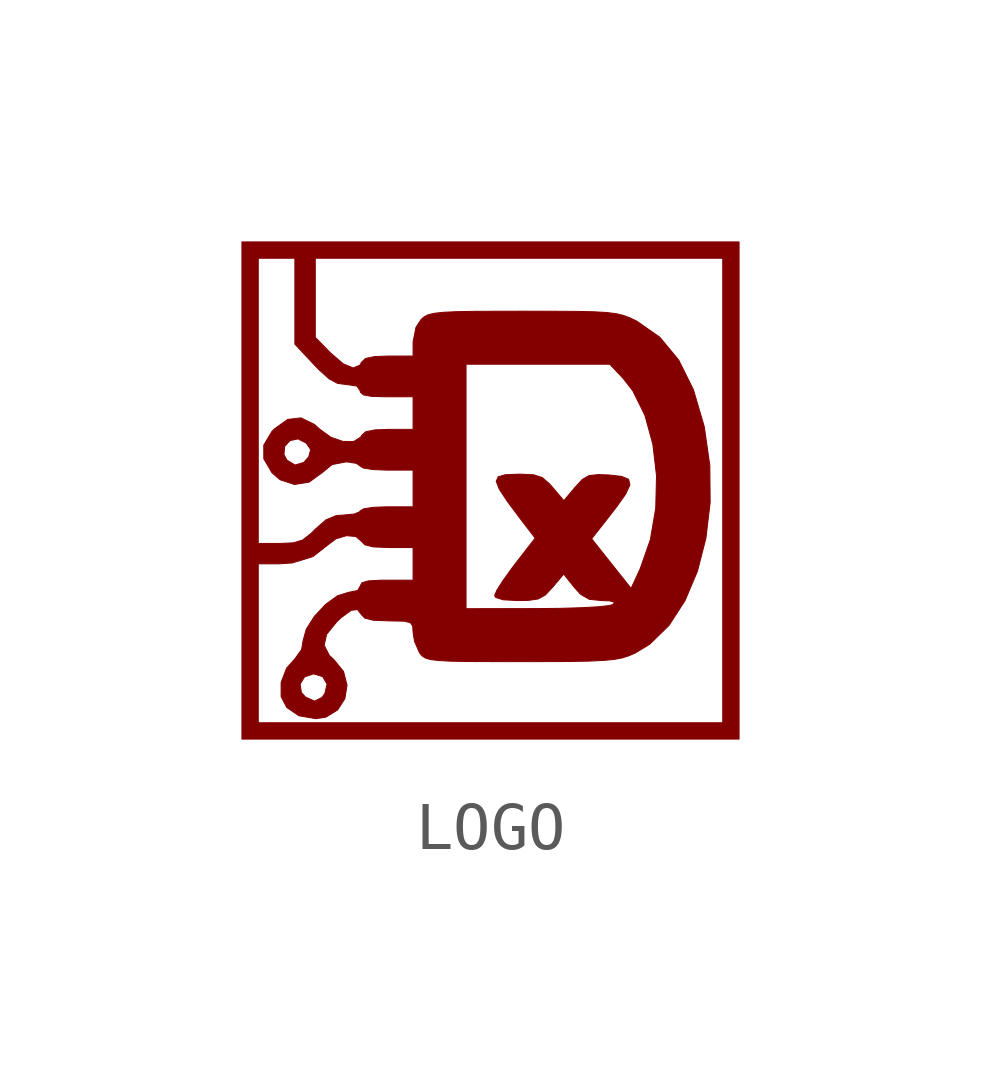
<source format=kicad_sym>
(kicad_symbol_lib
  (version 20210619)
  (generator bitmap2component)
  (symbol "LOGO"
    (pin_names
      (offset 1.016))
    (property "Reference" "#G"
      (at 0 4.632 0)
      (effects (font (size 1.27 1.27)) hide))
    (symbol "LOGO_0_0"
      (polyline (pts (xy 5.182 5.182) (xy -5.182 5.182) (xy -5.182 4.842) (xy -4.842 4.842) (xy -4.078 4.842) (xy -4.078 3.051) (xy -3.684 2.63) (xy -3.575 2.517) (xy -3.364 2.327) (xy -3.189 2.233) (xy -3.004 2.209) (xy -2.997 2.209) (xy -2.786 2.177) (xy -2.718 2.081) (xy -2.714 2.052) (xy -2.648 1.993) (xy -2.476 1.962) (xy -2.166 1.954) (xy -1.614 1.954) (xy -1.614 1.274) (xy -2.126 1.274) (xy -2.407 1.264) (xy -2.604 1.224) (xy -2.688 1.147) (xy -2.706 1.112) (xy -2.853 1.021) (xy -3.076 1.023) (xy -3.326 1.109) (xy -3.555 1.274) (xy -3.671 1.377) (xy -3.951 1.514) (xy -4.228 1.482) (xy -4.509 1.281) (xy -4.559 1.228) (xy -4.727 0.945) (xy -4.726 0.75) (xy -4.306 0.75) (xy -4.291 0.919) (xy -4.178 1.041) (xy -4.013 1.076) (xy -3.839 0.987) (xy -3.748 0.85) (xy -3.791 0.699) (xy -3.893 0.585) (xy -4.074 0.531) (xy -4.244 0.632) (xy -4.306 0.75) (xy -4.726 0.75) (xy -4.726 0.661) (xy -4.556 0.37) (xy -4.384 0.223) (xy -4.087 0.126) (xy -3.782 0.174) (xy -3.518 0.365) (xy -3.302 0.541) (xy -3.02 0.595) (xy -2.977 0.594) (xy -2.793 0.566) (xy -2.718 0.51) (xy -2.652 0.469) (xy -2.455 0.437) (xy -2.166 0.425) (xy -1.614 0.425) (xy -1.614 -0.34) (xy -2.166 -0.34) (xy -2.434 -0.35) (xy -2.64 -0.38) (xy -2.718 -0.425) (xy -2.724 -0.441) (xy -2.835 -0.49) (xy -3.042 -0.51) (xy -3.219 -0.524) (xy -3.429 -0.611) (xy -3.653 -0.807) (xy -3.737 -0.892) (xy -3.915 -1.031) (xy -4.107 -1.091) (xy -4.391 -1.104) (xy -4.842 -1.104) (xy -4.842 4.842) (xy -5.182 4.842) (xy -5.182 -1.529) (xy -4.842 -1.529) (xy -4.413 -1.529) (xy -4.131 -1.51) (xy -3.703 -1.378) (xy -3.363 -1.113) (xy -3.22 -1.006) (xy -3.004 -0.942) (xy -2.806 -0.959) (xy -2.688 -1.062) (xy -2.622 -1.131) (xy -2.443 -1.176) (xy -2.126 -1.189) (xy -1.614 -1.189) (xy -1.614 -1.869) (xy -2.166 -1.869) (xy -2.292 -1.87) (xy -2.55 -1.885) (xy -2.682 -1.925) (xy -2.718 -1.996) (xy -2.768 -2.084) (xy -2.962 -2.124) (xy -2.963 -2.124) (xy -3.19 -2.195) (xy -3.441 -2.377) (xy -3.521 -2.464) (xy -0.51 -2.464) (xy -0.51 2.633) (xy 2.486 2.633) (xy 2.766 2.337) (xy 2.969 2.075) (xy 3.22 1.565) (xy 3.385 0.963) (xy 3.461 0.308) (xy 3.445 -0.366) (xy 3.333 -1.023) (xy 3.123 -1.625) (xy 2.931 -2.041) (xy 2.109 -1.007) (xy 2.509 -0.497) (xy 2.612 -0.364) (xy 2.818 -0.075) (xy 2.907 0.117) (xy 2.879 0.233) (xy 2.732 0.295) (xy 2.466 0.324) (xy 2.249 0.332) (xy 2.054 0.311) (xy 1.915 0.231) (xy 1.765 0.069) (xy 1.529 -0.212) (xy 1.296 0.064) (xy 1.23 0.139) (xy 1.077 0.271) (xy 0.898 0.328) (xy 0.621 0.341) (xy 0.562 0.34) (xy 0.309 0.329) (xy 0.161 0.286) (xy 0.119 0.192) (xy 0.184 0.025) (xy 0.355 -0.233) (xy 0.632 -0.603) (xy 0.931 -0.993) (xy 0.509 -1.537) (xy 0.454 -1.609) (xy 0.267 -1.869) (xy 0.135 -2.074) (xy 0.086 -2.188) (xy 0.107 -2.229) (xy 0.261 -2.278) (xy 0.574 -2.295) (xy 0.79 -2.291) (xy 0.998 -2.26) (xy 1.144 -2.178) (xy 1.294 -2.018) (xy 1.526 -1.742) (xy 1.746 -2.018) (xy 1.879 -2.165) (xy 2.061 -2.269) (xy 2.321 -2.295) (xy 2.479 -2.3) (xy 2.586 -2.326) (xy 2.549 -2.379) (xy 2.465 -2.4) (xy 2.23 -2.425) (xy 1.88 -2.444) (xy 1.445 -2.457) (xy 0.956 -2.462) (xy -0.51 -2.464) (xy -3.521 -2.464) (xy -3.672 -2.625) (xy -3.842 -2.893) (xy -3.908 -3.136) (xy -3.938 -3.316) (xy -4.074 -3.505) (xy -4.251 -3.704) (xy -4.365 -4.001) (xy -4.365 -4.036) (xy -3.969 -4.036) (xy -3.877 -3.886) (xy -3.687 -3.823) (xy -3.499 -3.881) (xy -3.407 -4.035) (xy -3.454 -4.233) (xy -3.516 -4.316) (xy -3.667 -4.391) (xy -3.858 -4.306) (xy -3.943 -4.211) (xy -3.969 -4.036) (xy -4.365 -4.036) (xy -4.365 -4.298) (xy -4.247 -4.524) (xy -3.994 -4.696) (xy -3.64 -4.757) (xy -3.431 -4.725) (xy -3.187 -4.575) (xy -3.036 -4.34) (xy -2.991 -4.059) (xy -3.064 -3.773) (xy -3.268 -3.522) (xy -3.361 -3.436) (xy -3.468 -3.227) (xy -3.416 -2.998) (xy -3.203 -2.735) (xy -3.113 -2.651) (xy -2.908 -2.499) (xy -2.773 -2.481) (xy -2.688 -2.591) (xy -2.622 -2.66) (xy -2.443 -2.705) (xy -2.126 -2.718) (xy -2.064 -2.719) (xy -1.807 -2.724) (xy -1.673 -2.753) (xy -1.622 -2.824) (xy -1.614 -2.954) (xy -1.584 -3.146) (xy -1.482 -3.379) (xy -1.47 -3.396) (xy -1.422 -3.452) (xy -1.355 -3.494) (xy -1.249 -3.525) (xy -1.081 -3.545) (xy -0.829 -3.558) (xy -0.472 -3.565) (xy 0.011 -3.567) (xy 0.643 -3.568) (xy 1.104 -3.567) (xy 1.64 -3.565) (xy 2.048 -3.557) (xy 2.351 -3.543) (xy 2.576 -3.522) (xy 2.745 -3.49) (xy 2.883 -3.446) (xy 3.016 -3.389) (xy 3.319 -3.205) (xy 3.721 -2.813) (xy 4.054 -2.298) (xy 4.314 -1.684) (xy 4.491 -0.994) (xy 4.579 -0.251) (xy 4.572 0.523) (xy 4.461 1.303) (xy 4.453 1.343) (xy 4.229 2.105) (xy 3.922 2.722) (xy 3.53 3.195) (xy 3.05 3.53) (xy 3.038 3.536) (xy 2.902 3.601) (xy 2.771 3.65) (xy 2.619 3.686) (xy 2.422 3.711) (xy 2.155 3.726) (xy 1.792 3.734) (xy 1.31 3.737) (xy 0.682 3.738) (xy 0.171 3.737) (xy -0.339 3.735) (xy -0.718 3.728) (xy -0.989 3.715) (xy -1.175 3.694) (xy -1.298 3.664) (xy -1.381 3.622) (xy -1.444 3.568) (xy -1.553 3.403) (xy -1.614 3.101) (xy -1.614 2.803) (xy -2.126 2.803) (xy -2.407 2.793) (xy -2.604 2.753) (xy -2.688 2.676) (xy -2.722 2.613) (xy -2.863 2.555) (xy -3.072 2.642) (xy -3.338 2.871) (xy -3.653 3.193) (xy -3.653 4.842) (xy 4.842 4.842) (xy 4.842 -4.842) (xy -4.842 -4.842) (xy -4.842 -1.529) (xy -5.182 -1.529) (xy -5.182 -5.182) (xy 5.182 -5.182) (xy 5.182 5.182)) (stroke (width 0.01)) (fill (type outline))))))
</source>
